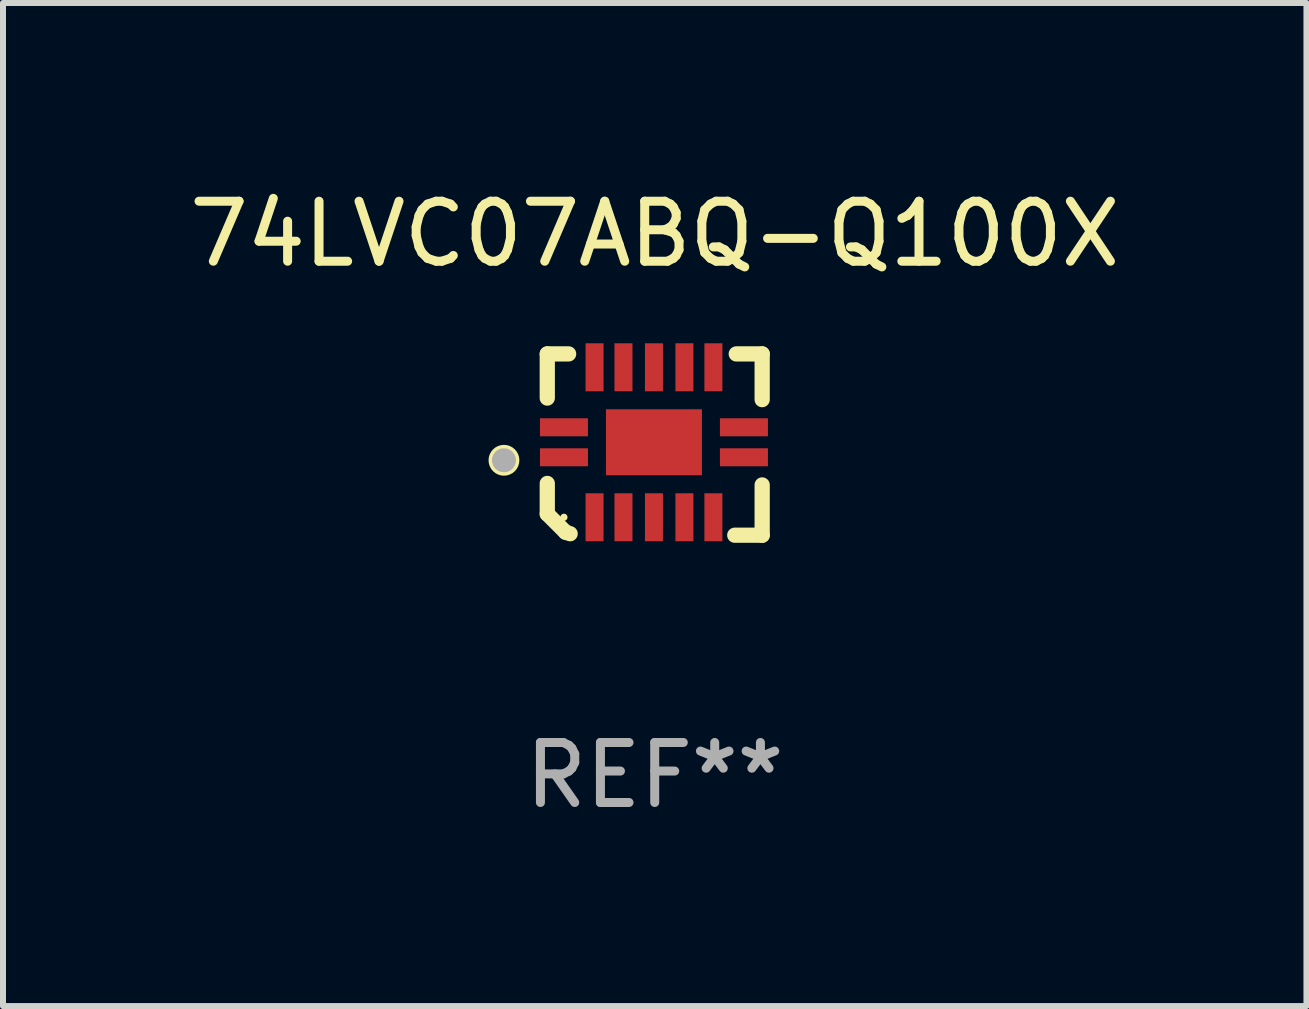
<source format=kicad_pcb>
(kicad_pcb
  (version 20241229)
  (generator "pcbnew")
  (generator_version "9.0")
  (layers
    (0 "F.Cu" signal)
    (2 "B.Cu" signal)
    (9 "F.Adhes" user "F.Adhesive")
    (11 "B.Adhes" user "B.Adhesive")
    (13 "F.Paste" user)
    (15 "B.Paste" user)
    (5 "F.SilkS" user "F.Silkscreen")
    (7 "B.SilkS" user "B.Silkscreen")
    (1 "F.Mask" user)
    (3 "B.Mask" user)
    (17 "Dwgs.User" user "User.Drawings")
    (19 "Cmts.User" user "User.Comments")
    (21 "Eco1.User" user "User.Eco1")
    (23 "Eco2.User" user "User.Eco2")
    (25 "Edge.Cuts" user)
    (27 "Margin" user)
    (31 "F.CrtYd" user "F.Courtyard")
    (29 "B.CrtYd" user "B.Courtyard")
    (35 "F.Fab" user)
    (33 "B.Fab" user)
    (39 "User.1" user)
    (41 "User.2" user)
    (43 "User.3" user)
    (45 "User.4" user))
  (footprint "74LVC07ABQ-Q100X"
    (layer "F.Cu")
    (at 7.863 4.36)
    (property "Reference" "74LVC07ABQ-Q100X" (at 0 -3.511 0) (layer "F.SilkS") (effects (font (size 1 1) (thickness 0.15))))
    (attr through_hole)
    (fp_line (start -1.791 -1.511) (end -1.435 -1.511) (stroke (width 0.254) (type solid)) (layer "F.SilkS"))
    (fp_line (start -1.791 -0.775) (end -1.791 -1.511) (stroke (width 0.254) (type solid)) (layer "F.SilkS"))
    (fp_line (start -1.791 1.156) (end -1.791 0.648) (stroke (width 0.254) (type solid)) (layer "F.SilkS"))
    (fp_line (start -1.486 1.461) (end -1.791 1.156) (stroke (width 0.254) (type solid)) (layer "F.SilkS"))
    (fp_line (start -1.41 1.486) (end -1.486 1.461) (stroke (width 0.254) (type solid)) (layer "F.SilkS"))
    (fp_line (start 1.334 1.511) (end 1.791 1.511) (stroke (width 0.254) (type solid)) (layer "F.SilkS"))
    (fp_line (start 1.791 -1.511) (end 1.359 -1.511) (stroke (width 0.254) (type solid)) (layer "F.SilkS"))
    (fp_line (start 1.791 -0.749) (end 1.791 -1.511) (stroke (width 0.254) (type solid)) (layer "F.SilkS"))
    (fp_line (start 1.791 1.511) (end 1.791 0.673) (stroke (width 0.254) (type solid)) (layer "F.SilkS"))
    (fp_circle (center -2.513 0.262) (end -2.383 0.262) (stroke (width 0.254) (type solid)) (fill no) (layer "F.SilkS"))
    (fp_circle (center -1.513 1.212) (end -1.483 1.212) (stroke (width 0.06) (type solid)) (fill no) (layer "F.SilkS"))
    (fp_circle (center -2.513 0.262) (end -2.413 0.262) (stroke (width 0.2) (type solid)) (fill no) (layer "F.Fab"))
    (fp_text user "REF**" (at 0 5.511 0) (layer "F.Fab") (effects (font (size 1 1) (thickness 0.15))))
    (pad "1" smd rect (at -1.513 0.212) (size 0.8 0.3) (layers "F.Cu" "F.Mask" "F.Paste"))
    (pad "2" smd rect (at -1.003 1.212) (size 0.3 0.8) (layers "F.Cu" "F.Mask" "F.Paste"))
    (pad "3" smd rect (at -0.521 1.212) (size 0.3 0.8) (layers "F.Cu" "F.Mask" "F.Paste"))
    (pad "4" smd rect (at -0.013 1.212) (size 0.3 0.8) (layers "F.Cu" "F.Mask" "F.Paste"))
    (pad "5" smd rect (at 0.495 1.212) (size 0.3 0.8) (layers "F.Cu" "F.Mask" "F.Paste"))
    (pad "6" smd rect (at 0.978 1.212) (size 0.3 0.8) (layers "F.Cu" "F.Mask" "F.Paste"))
    (pad "7" smd rect (at 1.487 0.212) (size 0.8 0.3) (layers "F.Cu" "F.Mask" "F.Paste"))
    (pad "8" smd rect (at 1.487 -0.288) (size 0.8 0.3) (layers "F.Cu" "F.Mask" "F.Paste"))
    (pad "9" smd rect (at 0.978 -1.288) (size 0.3 0.8) (layers "F.Cu" "F.Mask" "F.Paste"))
    (pad "10" smd rect (at 0.495 -1.288) (size 0.3 0.8) (layers "F.Cu" "F.Mask" "F.Paste"))
    (pad "11" smd rect (at -0.013 -1.288) (size 0.3 0.8) (layers "F.Cu" "F.Mask" "F.Paste"))
    (pad "12" smd rect (at -0.521 -1.288) (size 0.3 0.8) (layers "F.Cu" "F.Mask" "F.Paste"))
    (pad "13" smd rect (at -1.003 -1.288) (size 0.3 0.8) (layers "F.Cu" "F.Mask" "F.Paste"))
    (pad "14" smd rect (at -1.513 -0.288) (size 0.8 0.3) (layers "F.Cu" "F.Mask" "F.Paste"))
    (pad "15" smd rect (at -0.013 -0.038 90) (size 1.1 1.6) (layers "F.Cu" "F.Mask" "F.Paste")))
  (gr_rect
    (start -3 -3)
    (end 18.726 13.719)
    (stroke (width 0.1) (type default))
    (fill no)
    (layer "Edge.Cuts")))
</source>
